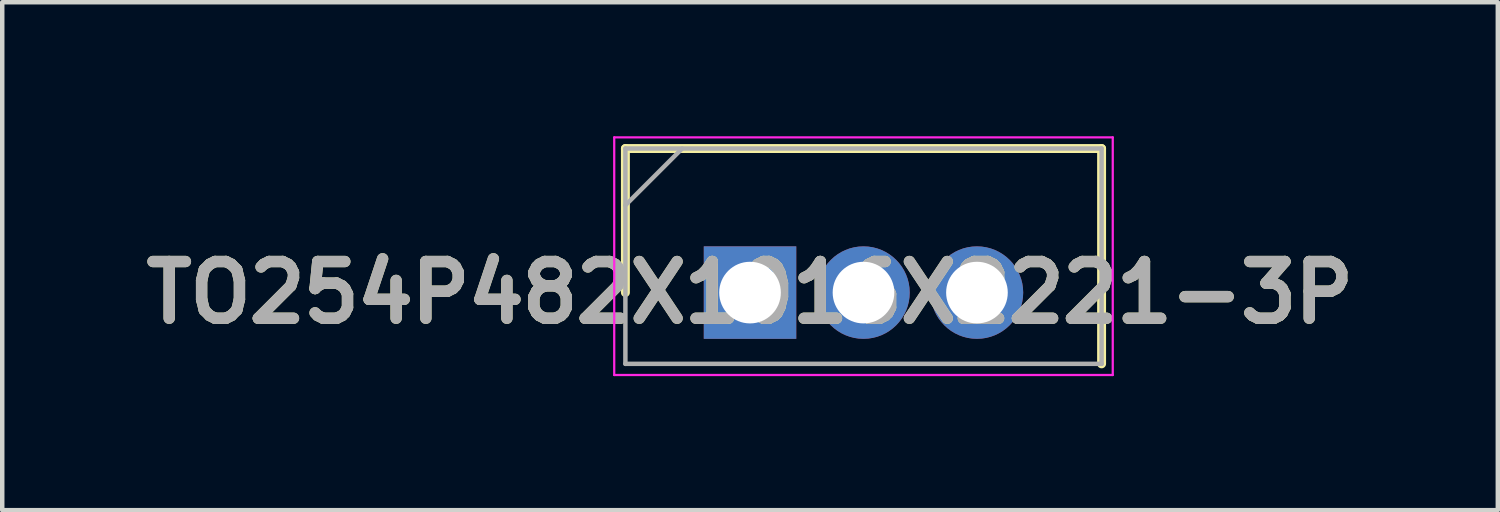
<source format=kicad_pcb>
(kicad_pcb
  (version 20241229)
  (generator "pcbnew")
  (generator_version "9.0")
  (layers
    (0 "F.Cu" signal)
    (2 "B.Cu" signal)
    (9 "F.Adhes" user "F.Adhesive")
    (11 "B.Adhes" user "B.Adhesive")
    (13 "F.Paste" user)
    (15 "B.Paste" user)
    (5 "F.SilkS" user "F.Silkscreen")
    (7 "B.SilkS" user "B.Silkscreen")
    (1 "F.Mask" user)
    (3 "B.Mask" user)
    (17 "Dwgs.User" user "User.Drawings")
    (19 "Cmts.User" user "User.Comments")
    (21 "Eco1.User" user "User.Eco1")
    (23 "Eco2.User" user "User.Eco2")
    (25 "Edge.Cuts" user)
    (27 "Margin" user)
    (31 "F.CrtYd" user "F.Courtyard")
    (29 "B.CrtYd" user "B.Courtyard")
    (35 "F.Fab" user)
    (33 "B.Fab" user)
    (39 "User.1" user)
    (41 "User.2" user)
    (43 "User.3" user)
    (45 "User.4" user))
  (footprint "TO254P482X1016X2221-3P"
    (layer "F.Cu")
    (at 13.74 3.5)
    (property "Reference" "TO254P482X1016X2221-3P" (at 0 0 0) (layer "F.SilkS") (effects (font (size 1.27 1.27) (thickness 0.254))))
    (attr through_hole)
    (fp_line (start -2.79 -3.225) (end -2.79 0) (stroke (width 0.2) (type solid)) (layer "F.SilkS"))
    (fp_line (start 7.87 -3.225) (end -2.79 -3.225) (stroke (width 0.2) (type solid)) (layer "F.SilkS"))
    (fp_line (start 7.87 1.595) (end 7.87 -3.225) (stroke (width 0.2) (type solid)) (layer "F.SilkS"))
    (fp_line (start -3.04 -3.475) (end 8.12 -3.475) (stroke (width 0.05) (type solid)) (layer "F.CrtYd"))
    (fp_line (start -3.04 1.845) (end -3.04 -3.475) (stroke (width 0.05) (type solid)) (layer "F.CrtYd"))
    (fp_line (start 8.12 -3.475) (end 8.12 1.845) (stroke (width 0.05) (type solid)) (layer "F.CrtYd"))
    (fp_line (start 8.12 1.845) (end -3.04 1.845) (stroke (width 0.05) (type solid)) (layer "F.CrtYd"))
    (fp_line (start -2.79 -3.225) (end 7.87 -3.225) (stroke (width 0.1) (type solid)) (layer "F.Fab"))
    (fp_line (start -2.79 -1.955) (end -1.52 -3.225) (stroke (width 0.1) (type solid)) (layer "F.Fab"))
    (fp_line (start -2.79 1.595) (end -2.79 -3.225) (stroke (width 0.1) (type solid)) (layer "F.Fab"))
    (fp_line (start 7.87 -3.225) (end 7.87 1.595) (stroke (width 0.1) (type solid)) (layer "F.Fab"))
    (fp_line (start 7.87 1.595) (end -2.79 1.595) (stroke (width 0.1) (type solid)) (layer "F.Fab"))
    (fp_text user "${REFERENCE}" (at 0 0 0) (layer "F.Fab") (effects (font (size 1.27 1.27) (thickness 0.254))))
    (pad "1" thru_hole rect (at 0 0) (size 2.07 2.07) (drill 1.38) (layers "*.Cu" "*.Mask"))
    (pad "2" thru_hole circle (at 2.54 0) (size 2.07 2.07) (drill 1.38) (layers "*.Cu" "*.Mask"))
    (pad "3" thru_hole circle (at 5.08 0) (size 2.07 2.07) (drill 1.38) (layers "*.Cu" "*.Mask")))
  (gr_rect
    (start -3 -3)
    (end 30.48 8.37)
    (stroke (width 0.1) (type default))
    (fill no)
    (layer "Edge.Cuts")))
</source>
